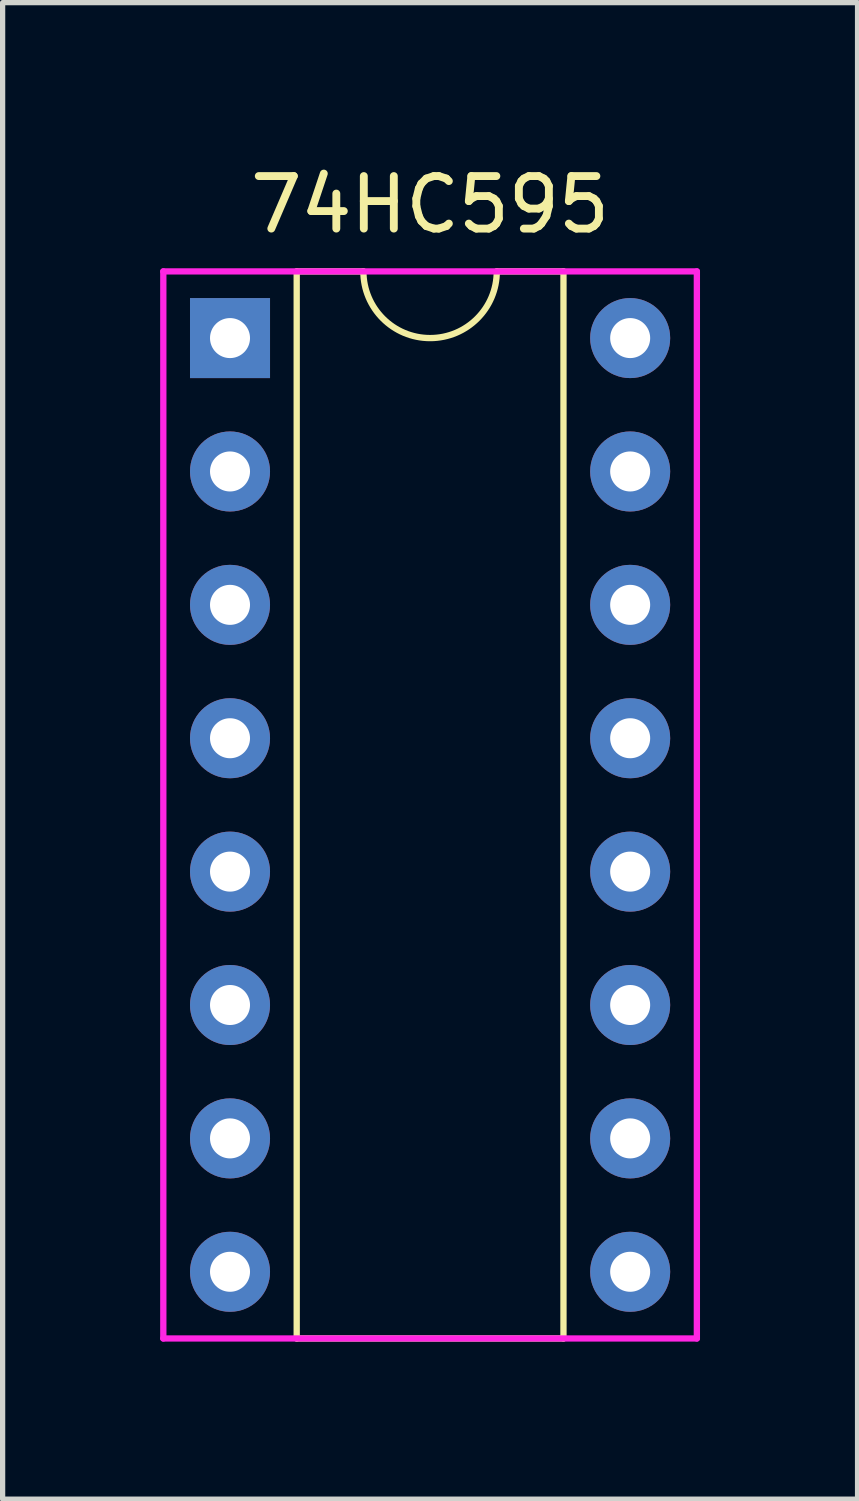
<source format=kicad_pcb>
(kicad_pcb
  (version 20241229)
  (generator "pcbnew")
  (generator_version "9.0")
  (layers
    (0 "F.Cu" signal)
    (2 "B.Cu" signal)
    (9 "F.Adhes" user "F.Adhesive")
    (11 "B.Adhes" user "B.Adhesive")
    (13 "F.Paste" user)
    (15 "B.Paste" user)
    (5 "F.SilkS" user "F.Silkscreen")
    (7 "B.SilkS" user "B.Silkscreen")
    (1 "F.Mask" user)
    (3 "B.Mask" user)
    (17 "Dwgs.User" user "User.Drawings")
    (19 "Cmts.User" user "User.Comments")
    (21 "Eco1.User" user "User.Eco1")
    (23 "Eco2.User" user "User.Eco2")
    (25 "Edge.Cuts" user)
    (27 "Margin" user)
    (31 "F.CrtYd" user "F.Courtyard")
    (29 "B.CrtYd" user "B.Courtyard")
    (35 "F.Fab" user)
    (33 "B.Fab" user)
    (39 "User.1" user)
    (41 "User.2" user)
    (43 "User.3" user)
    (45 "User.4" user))
  (footprint "74HC595"
    (layer "F.Cu")
    (at 5.14 12.278)
    (property "Reference" "74HC595" (at 0 -11.43 0) (layer "F.SilkS") (effects (font (size 1 1) (thickness 0.15))))
    (attr through_hole)
    (fp_line (start -2.54 -10.16) (end -2.54 10.16) (stroke (width 0.12) (type solid)) (layer "F.SilkS"))
    (fp_line (start -2.54 -10.16) (end -1.27 -10.16) (stroke (width 0.12) (type solid)) (layer "F.SilkS"))
    (fp_line (start -2.54 10.16) (end 2.54 10.16) (stroke (width 0.12) (type solid)) (layer "F.SilkS"))
    (fp_line (start 2.54 -10.16) (end 1.27 -10.16) (stroke (width 0.12) (type solid)) (layer "F.SilkS"))
    (fp_line (start 2.54 10.16) (end 2.54 -10.16) (stroke (width 0.12) (type solid)) (layer "F.SilkS"))
    (fp_arc (start 1.27 -10.16) (mid 0 -8.89) (end -1.27 -10.16) (stroke (width 0.12) (type solid)) (layer "F.SilkS"))
    (fp_line (start -5.08 -10.16) (end 5.08 -10.16) (stroke (width 0.12) (type solid)) (layer "F.CrtYd"))
    (fp_line (start -5.08 10.16) (end -5.08 -10.16) (stroke (width 0.12) (type solid)) (layer "F.CrtYd"))
    (fp_line (start 5.08 -10.16) (end 5.08 10.16) (stroke (width 0.12) (type solid)) (layer "F.CrtYd"))
    (fp_line (start 5.08 10.16) (end -5.08 10.16) (stroke (width 0.12) (type solid)) (layer "F.CrtYd"))
    (pad "1" thru_hole rect (at -3.81 -8.89) (size 1.524 1.524) (drill 0.762) (layers "*.Cu" "*.Mask"))
    (pad "2" thru_hole circle (at -3.81 -6.35) (size 1.524 1.524) (drill 0.762) (layers "*.Cu" "*.Mask"))
    (pad "3" thru_hole circle (at -3.81 -3.81) (size 1.524 1.524) (drill 0.762) (layers "*.Cu" "*.Mask"))
    (pad "4" thru_hole circle (at -3.81 -1.27) (size 1.524 1.524) (drill 0.762) (layers "*.Cu" "*.Mask"))
    (pad "5" thru_hole circle (at -3.81 1.27) (size 1.524 1.524) (drill 0.762) (layers "*.Cu" "*.Mask"))
    (pad "6" thru_hole circle (at -3.81 3.81) (size 1.524 1.524) (drill 0.762) (layers "*.Cu" "*.Mask"))
    (pad "7" thru_hole circle (at -3.81 6.35) (size 1.524 1.524) (drill 0.762) (layers "*.Cu" "*.Mask"))
    (pad "8" thru_hole circle (at -3.81 8.89) (size 1.524 1.524) (drill 0.762) (layers "*.Cu" "*.Mask"))
    (pad "9" thru_hole circle (at 3.81 8.89) (size 1.524 1.524) (drill 0.762) (layers "*.Cu" "*.Mask"))
    (pad "10" thru_hole circle (at 3.81 6.35) (size 1.524 1.524) (drill 0.762) (layers "*.Cu" "*.Mask"))
    (pad "11" thru_hole circle (at 3.81 3.81) (size 1.524 1.524) (drill 0.762) (layers "*.Cu" "*.Mask"))
    (pad "12" thru_hole circle (at 3.81 1.27) (size 1.524 1.524) (drill 0.762) (layers "*.Cu" "*.Mask"))
    (pad "13" thru_hole circle (at 3.81 -1.27) (size 1.524 1.524) (drill 0.762) (layers "*.Cu" "*.Mask"))
    (pad "14" thru_hole circle (at 3.81 -3.81) (size 1.524 1.524) (drill 0.762) (layers "*.Cu" "*.Mask"))
    (pad "15" thru_hole circle (at 3.81 -6.35) (size 1.524 1.524) (drill 0.762) (layers "*.Cu" "*.Mask"))
    (pad "16" thru_hole circle (at 3.81 -8.89) (size 1.524 1.524) (drill 0.762) (layers "*.Cu" "*.Mask")))
  (gr_rect
    (start -3 -3)
    (end 13.28 25.498)
    (stroke (width 0.1) (type default))
    (fill no)
    (layer "Edge.Cuts")))
</source>
